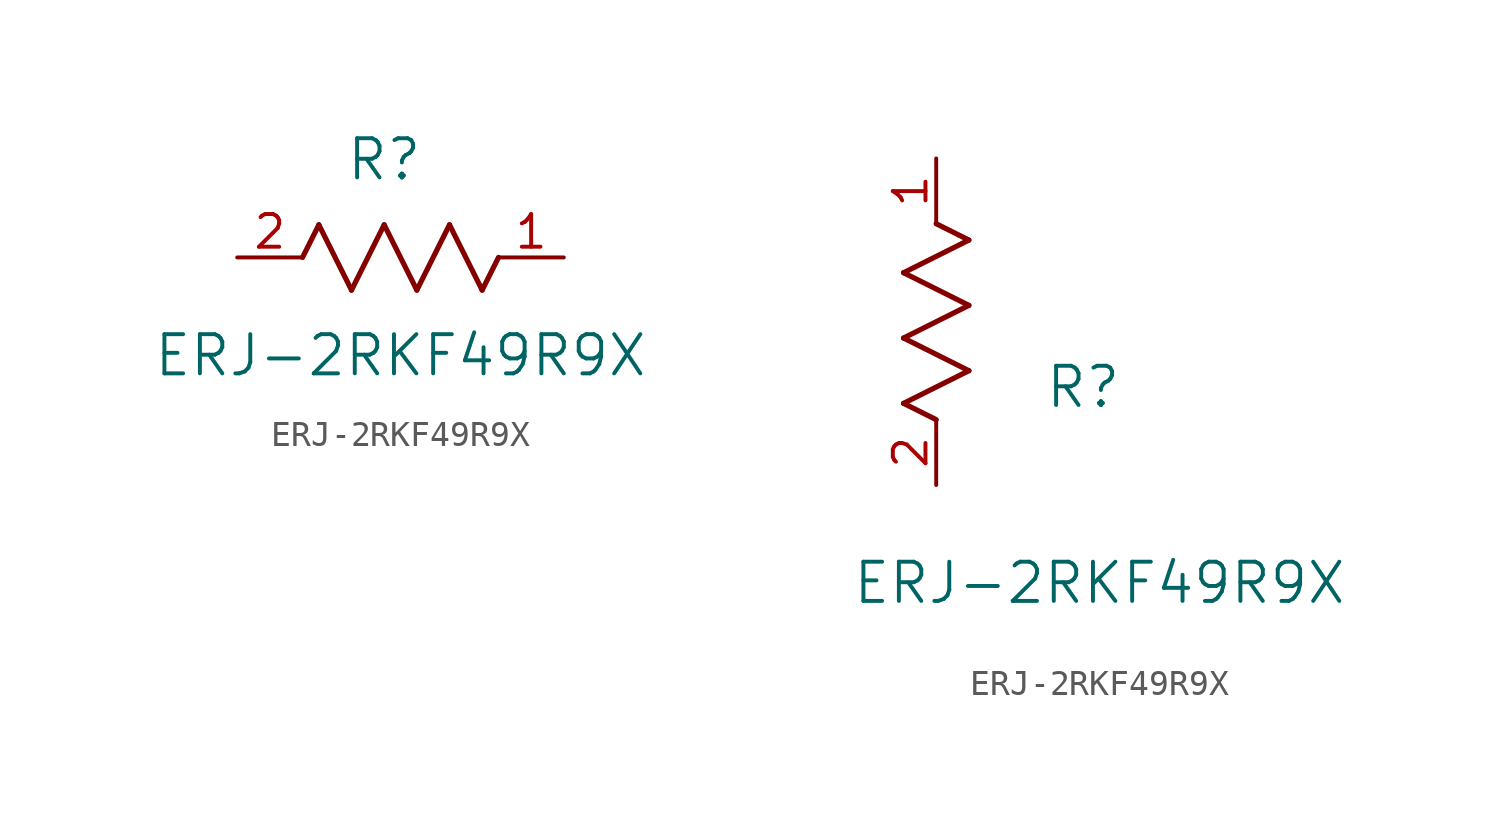
<source format=kicad_sym>
(kicad_symbol_lib
  (version 20211014)
  (generator kicad_symbol_editor)
  (symbol "ERJ-2RKF49R9X"
    (pin_names
      (offset 0.254))
    (property "Reference" "R"
      (at 5.715 3.81 0)
      (effects (font (size 1.524 1.524))))
    (property "Value" "ERJ-2RKF49R9X"
      (at 6.35 -3.81 0)
      (effects (font (size 1.524 1.524))))
    (symbol "ERJ-2RKF49R9X_1_1"
      (polyline (pts (xy 3.175 1.27) (xy 4.445 -1.27)) (stroke (width 0.203) (type default) (color 0 0 0 0)) (fill (type none)))
      (polyline (pts (xy 4.445 -1.27) (xy 5.715 1.27)) (stroke (width 0.203) (type default) (color 0 0 0 0)) (fill (type none)))
      (polyline (pts (xy 5.715 1.27) (xy 6.985 -1.27)) (stroke (width 0.203) (type default) (color 0 0 0 0)) (fill (type none)))
      (polyline (pts (xy 6.985 -1.27) (xy 8.255 1.27)) (stroke (width 0.203) (type default) (color 0 0 0 0)) (fill (type none)))
      (polyline (pts (xy 8.255 1.27) (xy 9.525 -1.27)) (stroke (width 0.203) (type default) (color 0 0 0 0)) (fill (type none)))
      (polyline (pts (xy 2.54 0) (xy 3.175 1.27)) (stroke (width 0.203) (type default) (color 0 0 0 0)) (fill (type none)))
      (polyline (pts (xy 9.525 -1.27) (xy 10.16 0)) (stroke (width 0.203) (type default) (color 0 0 0 0)) (fill (type none)))
      (pin unspecified line (at 12.7 0 180) (length 2.54) (name "" (effects (font (size 1.27 1.27)))) (number "1" (effects (font (size 1.27 1.27)))))
      (pin unspecified line (at 0 0 0) (length 2.54) (name "" (effects (font (size 1.27 1.27)))) (number "2" (effects (font (size 1.27 1.27))))))
    (symbol "ERJ-2RKF49R9X_1_2"
      (polyline (pts (xy 0 2.54) (xy -1.27 3.175)) (stroke (width 0.203) (type default) (color 0 0 0 0)) (fill (type none)))
      (polyline (pts (xy -1.27 3.175) (xy 1.27 4.445)) (stroke (width 0.203) (type default) (color 0 0 0 0)) (fill (type none)))
      (polyline (pts (xy 1.27 4.445) (xy -1.27 5.715)) (stroke (width 0.203) (type default) (color 0 0 0 0)) (fill (type none)))
      (polyline (pts (xy -1.27 5.715) (xy 1.27 6.985)) (stroke (width 0.203) (type default) (color 0 0 0 0)) (fill (type none)))
      (polyline (pts (xy -1.27 8.255) (xy 1.27 9.525)) (stroke (width 0.203) (type default) (color 0 0 0 0)) (fill (type none)))
      (polyline (pts (xy 1.27 9.525) (xy 0 10.16)) (stroke (width 0.203) (type default) (color 0 0 0 0)) (fill (type none)))
      (polyline (pts (xy 1.27 6.985) (xy -1.27 8.255)) (stroke (width 0.203) (type default) (color 0 0 0 0)) (fill (type none)))
      (pin unspecified line (at 0 12.7 270) (length 2.54) (name "" (effects (font (size 1.27 1.27)))) (number "1" (effects (font (size 1.27 1.27)))))
      (pin unspecified line (at 0 0 90) (length 2.54) (name "" (effects (font (size 1.27 1.27)))) (number "2" (effects (font (size 1.27 1.27))))))))
</source>
